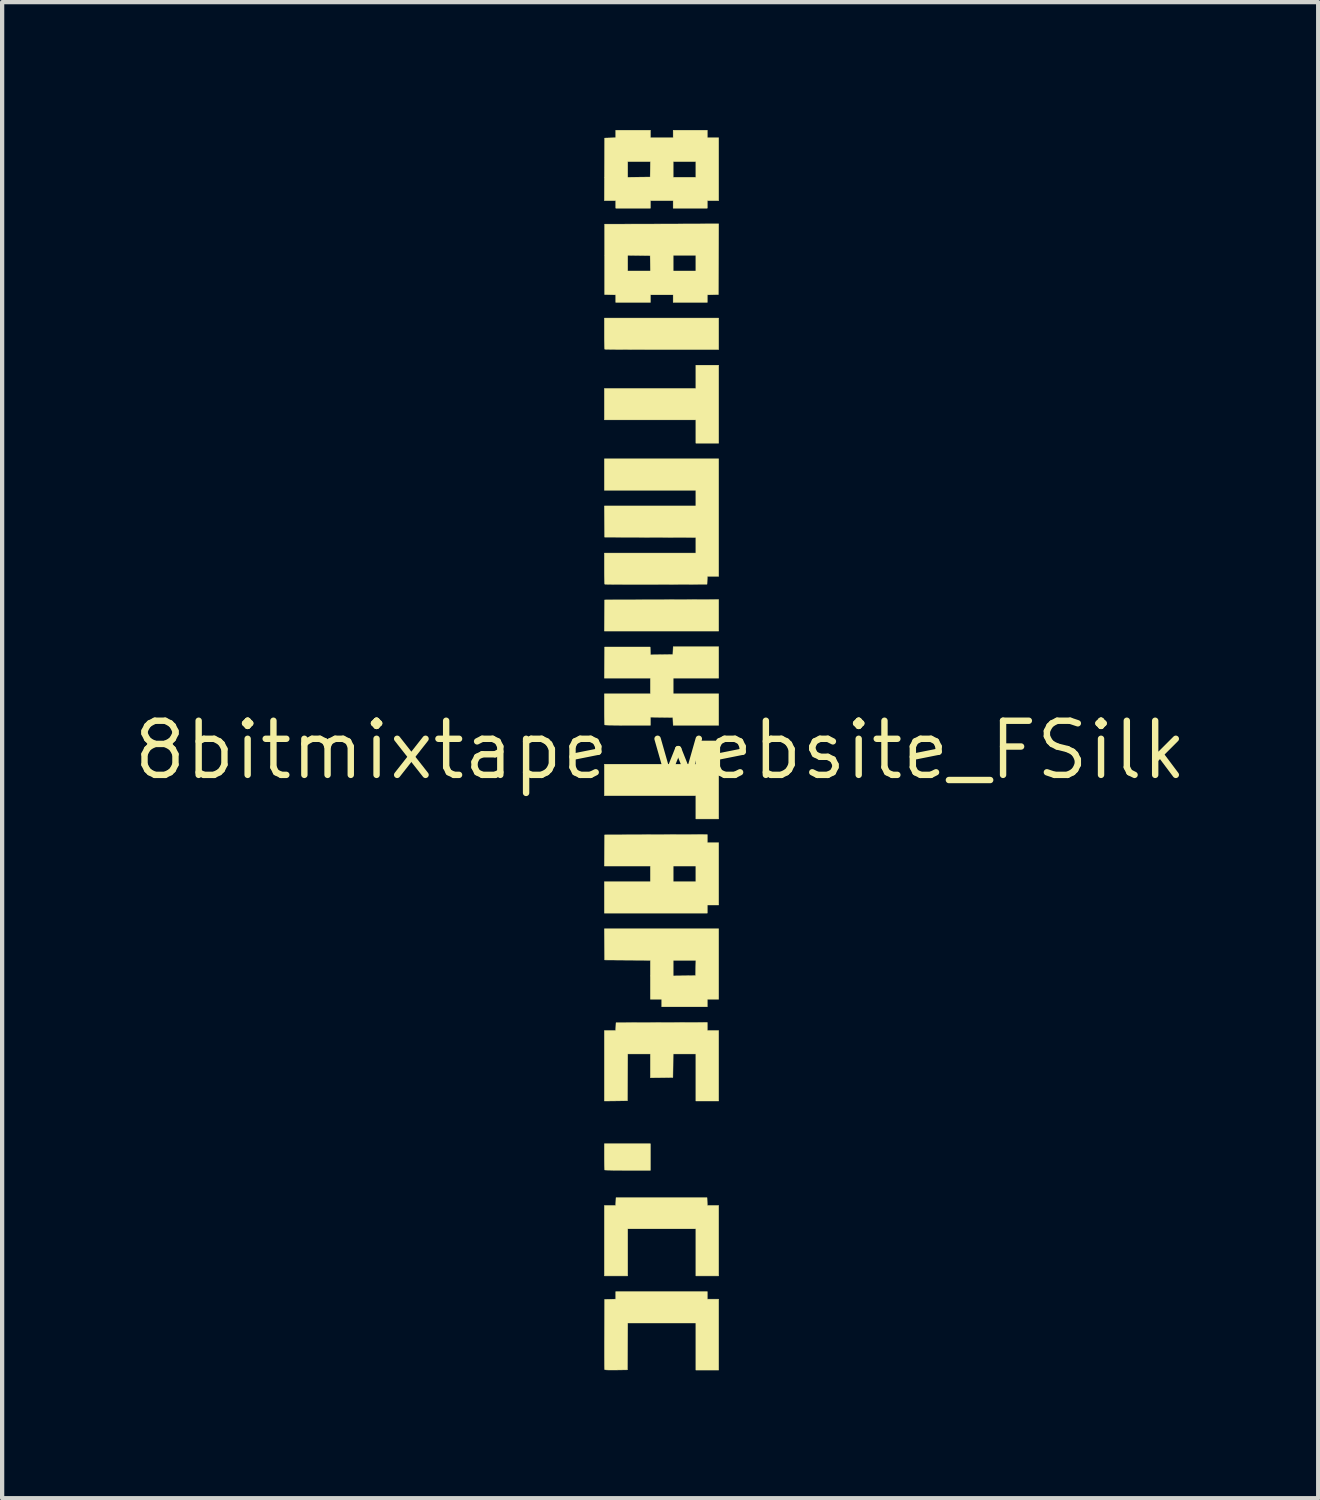
<source format=kicad_pcb>
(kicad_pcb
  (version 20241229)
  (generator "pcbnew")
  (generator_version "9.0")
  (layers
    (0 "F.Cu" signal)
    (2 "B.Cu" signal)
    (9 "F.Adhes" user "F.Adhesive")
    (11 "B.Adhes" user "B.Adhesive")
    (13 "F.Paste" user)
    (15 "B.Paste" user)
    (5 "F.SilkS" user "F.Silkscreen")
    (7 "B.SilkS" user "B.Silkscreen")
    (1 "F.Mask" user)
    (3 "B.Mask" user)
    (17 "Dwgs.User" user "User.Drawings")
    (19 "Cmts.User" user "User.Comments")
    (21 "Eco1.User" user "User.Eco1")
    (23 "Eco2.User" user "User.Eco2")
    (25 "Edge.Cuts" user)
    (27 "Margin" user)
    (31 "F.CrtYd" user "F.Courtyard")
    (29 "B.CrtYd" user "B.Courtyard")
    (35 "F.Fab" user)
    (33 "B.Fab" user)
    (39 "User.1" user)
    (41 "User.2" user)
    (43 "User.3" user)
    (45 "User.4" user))
  (footprint "8bitmixtape_website_FSilk"
    (layer "F.Cu")
    (at 12.435 14.546)
    (property "Reference" "8bitmixtape_website_FSilk" (at 0 0 0) (layer "F.SilkS") (effects (font (size 1.27 1.27) (thickness 0.15))))
    (attr through_hole)
    (fp_poly (pts (xy 1.372 -2.794) (xy -1.308 -2.794) (xy -1.302 -3.524) (xy 0.035 -3.527) (xy 1.372 -3.531) (xy 1.372 -2.794)) (stroke (width 0.01) (type solid)) (fill yes) (layer "F.SilkS"))
    (fp_poly (pts (xy 1.372 -7.201) (xy 0.838 -7.201) (xy 0.838 -7.747) (xy -1.308 -7.747) (xy -1.308 -8.484) (xy 0.838 -8.484) (xy 0.838 -9.03) (xy 1.372 -9.03) (xy 1.372 -7.201)) (stroke (width 0.01) (type solid)) (fill yes) (layer "F.SilkS"))
    (fp_poly (pts (xy 1.372 1.613) (xy 0.838 1.613) (xy 0.838 1.067) (xy -1.308 1.067) (xy -1.308 0.33) (xy 0.838 0.33) (xy 0.838 -0.216) (xy 1.372 -0.216) (xy 1.372 1.613)) (stroke (width 0.01) (type solid)) (fill yes) (layer "F.SilkS"))
    (fp_poly (pts (xy 1.106 10.681) (xy 1.372 10.681) (xy 1.372 12.332) (xy 0.838 12.332) (xy 0.838 11.227) (xy -0.762 11.227) (xy -0.762 12.332) (xy -1.308 12.332) (xy -1.308 10.681) (xy -1.043 10.681) (xy -1.039 10.589) (xy -1.035 10.497) (xy 1.099 10.497) (xy 1.106 10.681)) (stroke (width 0.01) (type solid)) (fill yes) (layer "F.SilkS"))
    (fp_poly (pts (xy -0.229 9.855) (xy -0.76 9.855) (xy -0.874 9.855) (xy -0.979 9.854) (xy -1.075 9.854) (xy -1.157 9.852) (xy -1.222 9.851) (xy -1.27 9.849) (xy -1.296 9.848) (xy -1.3 9.847) (xy -1.302 9.832) (xy -1.304 9.796) (xy -1.306 9.741) (xy -1.307 9.672) (xy -1.308 9.592) (xy -1.308 9.536) (xy -1.308 9.233) (xy -0.229 9.233) (xy -0.229 9.855)) (stroke (width 0.01) (type solid)) (fill yes) (layer "F.SilkS"))
    (fp_poly (pts (xy 1.105 2.172) (xy 1.372 2.172) (xy 1.372 3.632) (xy 1.105 3.632) (xy 1.105 3.823) (xy -1.308 3.823) (xy -1.308 3.086) (xy -0.229 3.086) (xy -0.229 2.718) (xy 0.305 2.718) (xy 0.305 3.086) (xy 0.838 3.086) (xy 0.838 2.718) (xy 0.305 2.718) (xy -0.229 2.718) (xy -1.308 2.718) (xy -1.302 1.988) (xy -0.098 1.984) (xy 1.105 1.981) (xy 1.105 2.172)) (stroke (width 0.01) (type solid)) (fill yes) (layer "F.SilkS"))
    (fp_poly (pts (xy 1.372 5.842) (xy 1.105 5.842) (xy 1.105 6.02) (xy 0.038 6.02) (xy 0.038 5.842) (xy -0.229 5.842) (xy -0.229 4.928) (xy -0.273 4.928) (xy 0.305 4.928) (xy 0.305 5.296) (xy 0.568 5.293) (xy 0.832 5.29) (xy 0.835 5.109) (xy 0.839 4.928) (xy 0.305 4.928) (xy -0.273 4.928) (xy -0.765 4.925) (xy -1.302 4.921) (xy -1.308 4.191) (xy 1.372 4.191) (xy 1.372 5.842)) (stroke (width 0.01) (type solid)) (fill yes) (layer "F.SilkS"))
    (fp_poly (pts (xy 1.105 6.579) (xy 1.372 6.579) (xy 1.372 8.23) (xy 0.838 8.23) (xy 0.838 7.125) (xy 0.305 7.125) (xy 0.302 7.401) (xy 0.298 7.677) (xy 0.035 7.681) (xy -0.229 7.684) (xy -0.229 7.125) (xy -0.762 7.125) (xy -0.765 7.674) (xy -0.768 8.223) (xy -1.038 8.227) (xy -1.308 8.23) (xy -1.308 6.579) (xy -1.043 6.579) (xy -1.039 6.487) (xy -1.035 6.394) (xy 0.035 6.391) (xy 1.105 6.388) (xy 1.105 6.579)) (stroke (width 0.01) (type solid)) (fill yes) (layer "F.SilkS"))
    (fp_poly (pts (xy 1.372 -9.398) (xy 0.04 -9.398) (xy -0.142 -9.398) (xy -0.316 -9.398) (xy -0.482 -9.399) (xy -0.637 -9.399) (xy -0.78 -9.4) (xy -0.909 -9.401) (xy -1.023 -9.401) (xy -1.119 -9.402) (xy -1.197 -9.403) (xy -1.254 -9.404) (xy -1.289 -9.405) (xy -1.3 -9.406) (xy -1.302 -9.421) (xy -1.304 -9.457) (xy -1.305 -9.513) (xy -1.307 -9.584) (xy -1.308 -9.667) (xy -1.308 -9.759) (xy -1.308 -9.775) (xy -1.308 -10.135) (xy 1.372 -10.135) (xy 1.372 -9.398)) (stroke (width 0.01) (type solid)) (fill yes) (layer "F.SilkS"))
    (fp_poly (pts (xy 1.369 -11.516) (xy 1.365 -10.687) (xy 1.105 -10.68) (xy 1.105 -10.503) (xy 0.305 -10.503) (xy 0.305 -10.681) (xy -0.229 -10.681) (xy -0.229 -10.503) (xy -1.041 -10.503) (xy -1.041 -10.68) (xy -1.302 -10.687) (xy -1.302 -11.239) (xy -0.762 -11.239) (xy -0.228 -11.239) (xy -0.231 -11.42) (xy -0.235 -11.601) (xy -0.722 -11.608) (xy 0.305 -11.608) (xy 0.305 -11.239) (xy 0.838 -11.239) (xy 0.838 -11.608) (xy 0.305 -11.608) (xy -0.722 -11.608) (xy -0.762 -11.608) (xy -0.762 -11.239) (xy -1.302 -11.239) (xy -1.302 -12.338) (xy 0.035 -12.341) (xy 1.372 -12.345) (xy 1.369 -11.516)) (stroke (width 0.01) (type solid)) (fill yes) (layer "F.SilkS"))
    (fp_poly (pts (xy 1.105 12.878) (xy 1.372 12.878) (xy 1.372 14.541) (xy 0.838 14.541) (xy 0.838 13.437) (xy -0.762 13.437) (xy -0.765 13.986) (xy -0.768 14.535) (xy -1.032 14.539) (xy -1.125 14.539) (xy -1.196 14.539) (xy -1.246 14.538) (xy -1.279 14.535) (xy -1.297 14.531) (xy -1.302 14.526) (xy -1.303 14.511) (xy -1.304 14.472) (xy -1.305 14.413) (xy -1.305 14.334) (xy -1.306 14.239) (xy -1.306 14.13) (xy -1.306 14.008) (xy -1.306 13.876) (xy -1.305 13.736) (xy -1.305 13.697) (xy -1.302 12.884) (xy -1.172 12.881) (xy -1.041 12.877) (xy -1.041 12.7) (xy 1.105 12.7) (xy 1.105 12.878)) (stroke (width 0.01) (type solid)) (fill yes) (layer "F.SilkS"))
    (fp_poly (pts (xy 1.372 -4.077) (xy 1.106 -4.077) (xy 1.099 -3.893) (xy -0.096 -3.889) (xy -0.268 -3.889) (xy -0.433 -3.889) (xy -0.589 -3.889) (xy -0.734 -3.889) (xy -0.866 -3.889) (xy -0.984 -3.89) (xy -1.087 -3.89) (xy -1.171 -3.891) (xy -1.235 -3.892) (xy -1.278 -3.893) (xy -1.298 -3.894) (xy -1.3 -3.895) (xy -1.302 -3.909) (xy -1.304 -3.946) (xy -1.305 -4.001) (xy -1.307 -4.072) (xy -1.308 -4.155) (xy -1.308 -4.247) (xy -1.308 -4.263) (xy -1.308 -4.623) (xy 0.838 -4.623) (xy 0.838 -4.991) (xy -1.302 -4.997) (xy -1.308 -5.728) (xy 0.838 -5.728) (xy 0.838 -6.096) (xy -1.308 -6.096) (xy -1.308 -6.833) (xy 1.372 -6.833) (xy 1.372 -4.077)) (stroke (width 0.01) (type solid)) (fill yes) (layer "F.SilkS"))
    (fp_poly (pts (xy -0.229 -14.364) (xy 0.305 -14.364) (xy 0.305 -14.541) (xy 1.105 -14.541) (xy 1.105 -14.364) (xy 1.372 -14.364) (xy 1.372 -12.89) (xy 1.105 -12.89) (xy 1.105 -12.713) (xy 0.305 -12.713) (xy 0.305 -12.89) (xy -0.229 -12.89) (xy -0.229 -12.713) (xy -1.041 -12.713) (xy -1.041 -12.89) (xy -1.308 -12.89) (xy -1.305 -13.624) (xy -1.304 -13.805) (xy -0.762 -13.805) (xy -0.762 -13.436) (xy -0.498 -13.44) (xy -0.235 -13.443) (xy -0.231 -13.624) (xy -0.228 -13.805) (xy 0.305 -13.805) (xy 0.305 -13.437) (xy 0.838 -13.437) (xy 0.838 -13.805) (xy 0.305 -13.805) (xy -0.228 -13.805) (xy -0.762 -13.805) (xy -1.304 -13.805) (xy -1.302 -14.357) (xy -1.172 -14.361) (xy -1.041 -14.365) (xy -1.041 -14.541) (xy -0.229 -14.541) (xy -0.229 -14.364)) (stroke (width 0.01) (type solid)) (fill yes) (layer "F.SilkS"))
    (fp_poly (pts (xy 1.372 -1.689) (xy 0.305 -1.689) (xy 0.305 -1.321) (xy 1.372 -1.321) (xy 1.372 -0.584) (xy 0.306 -0.584) (xy 0.298 -0.768) (xy -0.229 -0.775) (xy -0.229 -0.584) (xy -0.76 -0.584) (xy -0.874 -0.584) (xy -0.979 -0.585) (xy -1.075 -0.586) (xy -1.157 -0.587) (xy -1.222 -0.588) (xy -1.27 -0.59) (xy -1.296 -0.592) (xy -1.3 -0.593) (xy -1.302 -0.607) (xy -1.304 -0.644) (xy -1.305 -0.699) (xy -1.307 -0.77) (xy -1.308 -0.853) (xy -1.308 -0.945) (xy -1.308 -0.961) (xy -1.308 -1.321) (xy -0.229 -1.321) (xy -0.229 -1.689) (xy -1.308 -1.689) (xy -1.302 -2.419) (xy -0.235 -2.419) (xy -0.231 -2.327) (xy -0.227 -2.235) (xy 0.035 -2.238) (xy 0.298 -2.242) (xy 0.306 -2.426) (xy 1.372 -2.426) (xy 1.372 -1.689)) (stroke (width 0.01) (type solid)) (fill yes) (layer "F.SilkS")))
  (gr_rect
    (start -3 -3)
    (end 27.87 32.093)
    (stroke (width 0.1) (type default))
    (fill no)
    (layer "Edge.Cuts")))
</source>
